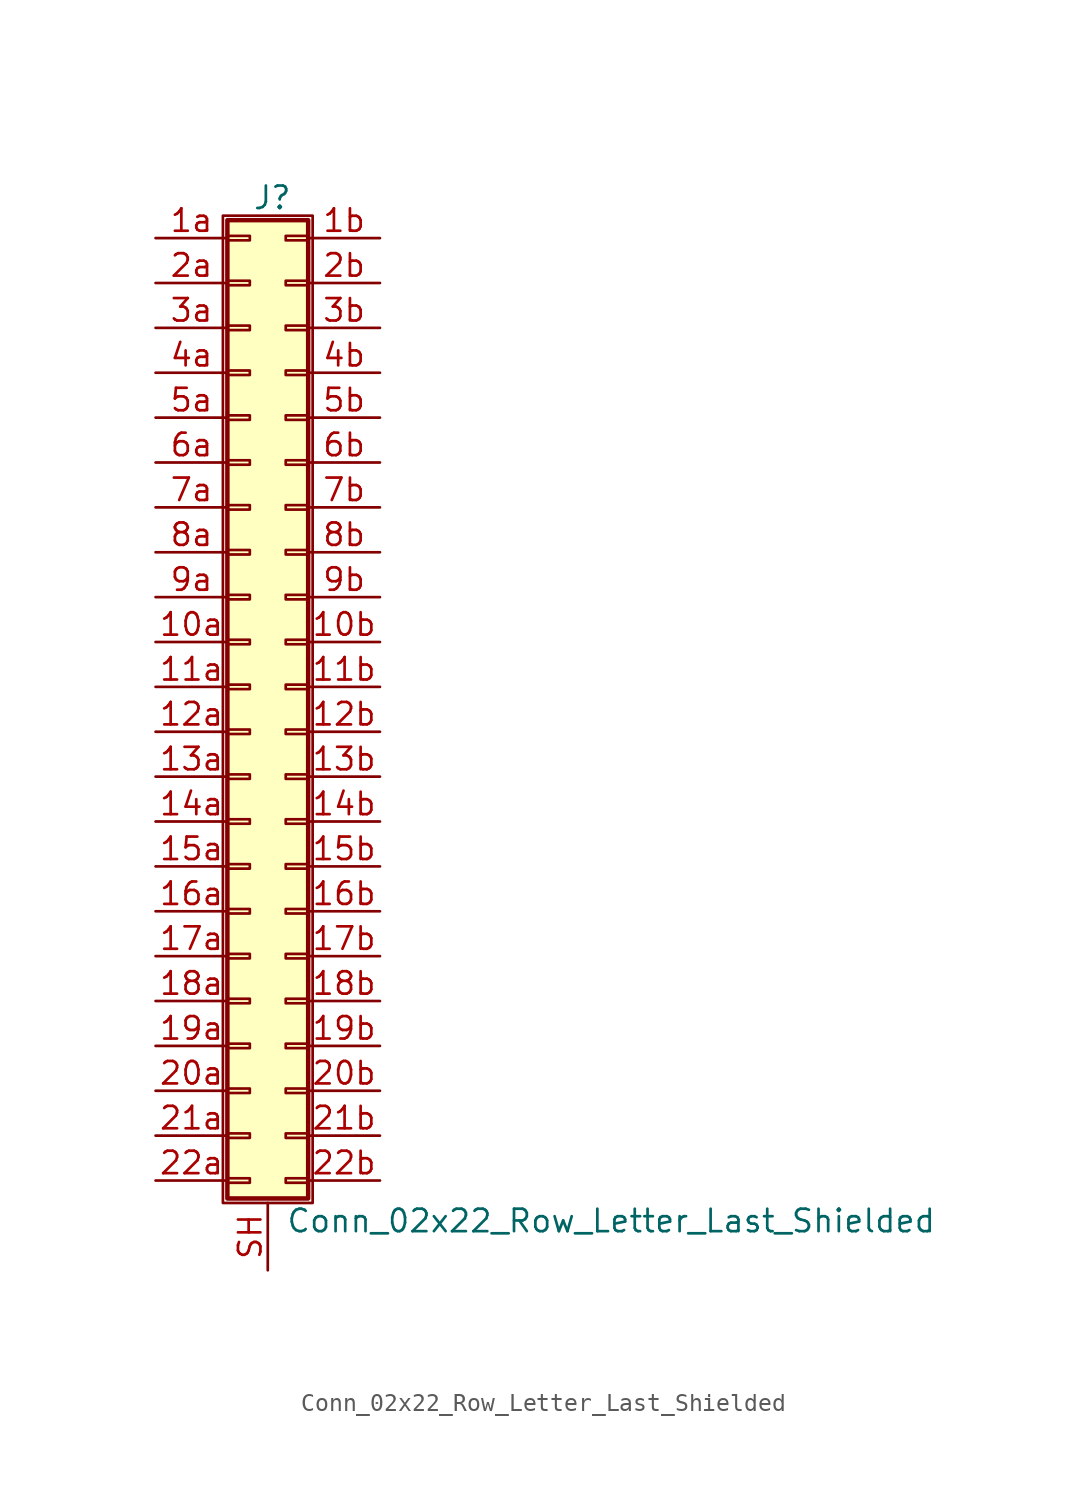
<source format=kicad_sym>
(kicad_symbol_lib
  (version 20201005)
  (generator kicad_symbol_editor)
  (symbol "Connector_Generic_Shielded:Conn_02x22_Row_Letter_Last_Shielded"
    (pin_names
      (offset 1.016) hide)
    (property "Reference" "J"
      (at 1.524 27.686 0)
      (effects (font (size 1.27 1.27))))
    (property "Value" "Conn_02x22_Row_Letter_Last_Shielded"
      (at 2.286 -30.226 0)
      (effects (font (size 1.27 1.27)) (justify left)))
    (symbol "Conn_02x22_Row_Letter_Last_Shielded_1_1"
      (rectangle (start -1.016 -27.813) (end 0.254 -28.067) (stroke (width 0.152)) (fill (type none)))
      (rectangle (start -1.016 -4.953) (end 0.254 -5.207) (stroke (width 0.152)) (fill (type none)))
      (rectangle (start -1.016 -7.493) (end 0.254 -7.747) (stroke (width 0.152)) (fill (type none)))
      (rectangle (start -1.016 -10.033) (end 0.254 -10.287) (stroke (width 0.152)) (fill (type none)))
      (rectangle (start -1.016 -12.573) (end 0.254 -12.827) (stroke (width 0.152)) (fill (type none)))
      (rectangle (start -1.016 -15.113) (end 0.254 -15.367) (stroke (width 0.152)) (fill (type none)))
      (rectangle (start -1.016 -17.653) (end 0.254 -17.907) (stroke (width 0.152)) (fill (type none)))
      (rectangle (start -1.016 -20.193) (end 0.254 -20.447) (stroke (width 0.152)) (fill (type none)))
      (rectangle (start -1.016 -22.733) (end 0.254 -22.987) (stroke (width 0.152)) (fill (type none)))
      (rectangle (start -1.016 -2.413) (end 0.254 -2.667) (stroke (width 0.152)) (fill (type none)))
      (rectangle (start -1.016 -25.273) (end 0.254 -25.527) (stroke (width 0.152)) (fill (type none)))
      (rectangle (start -1.016 25.527) (end 0.254 25.273) (stroke (width 0.152)) (fill (type none)))
      (rectangle (start -1.016 26.416) (end 3.556 -28.956) (stroke (width 0.254)) (fill (type background)))
      (rectangle (start -1.016 2.667) (end 0.254 2.413) (stroke (width 0.152)) (fill (type none)))
      (rectangle (start -1.016 5.207) (end 0.254 4.953) (stroke (width 0.152)) (fill (type none)))
      (rectangle (start -1.016 7.747) (end 0.254 7.493) (stroke (width 0.152)) (fill (type none)))
      (rectangle (start -1.016 10.287) (end 0.254 10.033) (stroke (width 0.152)) (fill (type none)))
      (rectangle (start -1.016 0.127) (end 0.254 -0.127) (stroke (width 0.152)) (fill (type none)))
      (rectangle (start -1.016 12.827) (end 0.254 12.573) (stroke (width 0.152)) (fill (type none)))
      (rectangle (start -1.016 15.367) (end 0.254 15.113) (stroke (width 0.152)) (fill (type none)))
      (rectangle (start -1.016 17.907) (end 0.254 17.653) (stroke (width 0.152)) (fill (type none)))
      (rectangle (start -1.016 20.447) (end 0.254 20.193) (stroke (width 0.152)) (fill (type none)))
      (rectangle (start -1.016 22.987) (end 0.254 22.733) (stroke (width 0.152)) (fill (type none)))
      (rectangle (start -1.27 26.67) (end 3.81 -29.21) (stroke (width 0.152)) (fill (type none)))
      (rectangle (start 3.556 -27.813) (end 2.286 -28.067) (stroke (width 0.152)) (fill (type none)))
      (rectangle (start 3.556 -4.953) (end 2.286 -5.207) (stroke (width 0.152)) (fill (type none)))
      (rectangle (start 3.556 -7.493) (end 2.286 -7.747) (stroke (width 0.152)) (fill (type none)))
      (rectangle (start 3.556 -10.033) (end 2.286 -10.287) (stroke (width 0.152)) (fill (type none)))
      (rectangle (start 3.556 -12.573) (end 2.286 -12.827) (stroke (width 0.152)) (fill (type none)))
      (rectangle (start 3.556 -15.113) (end 2.286 -15.367) (stroke (width 0.152)) (fill (type none)))
      (rectangle (start 3.556 -17.653) (end 2.286 -17.907) (stroke (width 0.152)) (fill (type none)))
      (rectangle (start 3.556 -20.193) (end 2.286 -20.447) (stroke (width 0.152)) (fill (type none)))
      (rectangle (start 3.556 -22.733) (end 2.286 -22.987) (stroke (width 0.152)) (fill (type none)))
      (rectangle (start 3.556 -2.413) (end 2.286 -2.667) (stroke (width 0.152)) (fill (type none)))
      (rectangle (start 3.556 -25.273) (end 2.286 -25.527) (stroke (width 0.152)) (fill (type none)))
      (rectangle (start 3.556 25.527) (end 2.286 25.273) (stroke (width 0.152)) (fill (type none)))
      (rectangle (start 3.556 2.667) (end 2.286 2.413) (stroke (width 0.152)) (fill (type none)))
      (rectangle (start 3.556 5.207) (end 2.286 4.953) (stroke (width 0.152)) (fill (type none)))
      (rectangle (start 3.556 7.747) (end 2.286 7.493) (stroke (width 0.152)) (fill (type none)))
      (rectangle (start 3.556 10.287) (end 2.286 10.033) (stroke (width 0.152)) (fill (type none)))
      (rectangle (start 3.556 0.127) (end 2.286 -0.127) (stroke (width 0.152)) (fill (type none)))
      (rectangle (start 3.556 12.827) (end 2.286 12.573) (stroke (width 0.152)) (fill (type none)))
      (rectangle (start 3.556 15.367) (end 2.286 15.113) (stroke (width 0.152)) (fill (type none)))
      (rectangle (start 3.556 17.907) (end 2.286 17.653) (stroke (width 0.152)) (fill (type none)))
      (rectangle (start 3.556 20.447) (end 2.286 20.193) (stroke (width 0.152)) (fill (type none)))
      (rectangle (start 3.556 22.987) (end 2.286 22.733) (stroke (width 0.152)) (fill (type none)))
      (pin passive line (at -5.08 2.54 0) (length 4.064) (name "Pin_10a" (effects (font (size 1.27 1.27)))) (number "10a" (effects (font (size 1.27 1.27)))))
      (pin passive line (at 7.62 2.54 180) (length 4.064) (name "Pin_10b" (effects (font (size 1.27 1.27)))) (number "10b" (effects (font (size 1.27 1.27)))))
      (pin passive line (at -5.08 0 0) (length 4.064) (name "Pin_11a" (effects (font (size 1.27 1.27)))) (number "11a" (effects (font (size 1.27 1.27)))))
      (pin passive line (at 7.62 0 180) (length 4.064) (name "Pin_11b" (effects (font (size 1.27 1.27)))) (number "11b" (effects (font (size 1.27 1.27)))))
      (pin passive line (at -5.08 -2.54 0) (length 4.064) (name "Pin_12a" (effects (font (size 1.27 1.27)))) (number "12a" (effects (font (size 1.27 1.27)))))
      (pin passive line (at 7.62 -2.54 180) (length 4.064) (name "Pin_12b" (effects (font (size 1.27 1.27)))) (number "12b" (effects (font (size 1.27 1.27)))))
      (pin passive line (at -5.08 -5.08 0) (length 4.064) (name "Pin_13a" (effects (font (size 1.27 1.27)))) (number "13a" (effects (font (size 1.27 1.27)))))
      (pin passive line (at 7.62 -5.08 180) (length 4.064) (name "Pin_13b" (effects (font (size 1.27 1.27)))) (number "13b" (effects (font (size 1.27 1.27)))))
      (pin passive line (at -5.08 -7.62 0) (length 4.064) (name "Pin_14a" (effects (font (size 1.27 1.27)))) (number "14a" (effects (font (size 1.27 1.27)))))
      (pin passive line (at 7.62 -7.62 180) (length 4.064) (name "Pin_14b" (effects (font (size 1.27 1.27)))) (number "14b" (effects (font (size 1.27 1.27)))))
      (pin passive line (at -5.08 -10.16 0) (length 4.064) (name "Pin_15a" (effects (font (size 1.27 1.27)))) (number "15a" (effects (font (size 1.27 1.27)))))
      (pin passive line (at 7.62 -10.16 180) (length 4.064) (name "Pin_15b" (effects (font (size 1.27 1.27)))) (number "15b" (effects (font (size 1.27 1.27)))))
      (pin passive line (at -5.08 -12.7 0) (length 4.064) (name "Pin_16a" (effects (font (size 1.27 1.27)))) (number "16a" (effects (font (size 1.27 1.27)))))
      (pin passive line (at 7.62 -12.7 180) (length 4.064) (name "Pin_16b" (effects (font (size 1.27 1.27)))) (number "16b" (effects (font (size 1.27 1.27)))))
      (pin passive line (at -5.08 -15.24 0) (length 4.064) (name "Pin_17a" (effects (font (size 1.27 1.27)))) (number "17a" (effects (font (size 1.27 1.27)))))
      (pin passive line (at 7.62 -15.24 180) (length 4.064) (name "Pin_17b" (effects (font (size 1.27 1.27)))) (number "17b" (effects (font (size 1.27 1.27)))))
      (pin passive line (at -5.08 -17.78 0) (length 4.064) (name "Pin_18a" (effects (font (size 1.27 1.27)))) (number "18a" (effects (font (size 1.27 1.27)))))
      (pin passive line (at 7.62 -17.78 180) (length 4.064) (name "Pin_18b" (effects (font (size 1.27 1.27)))) (number "18b" (effects (font (size 1.27 1.27)))))
      (pin passive line (at -5.08 -20.32 0) (length 4.064) (name "Pin_19a" (effects (font (size 1.27 1.27)))) (number "19a" (effects (font (size 1.27 1.27)))))
      (pin passive line (at 7.62 -20.32 180) (length 4.064) (name "Pin_19b" (effects (font (size 1.27 1.27)))) (number "19b" (effects (font (size 1.27 1.27)))))
      (pin passive line (at -5.08 25.4 0) (length 4.064) (name "Pin_1a" (effects (font (size 1.27 1.27)))) (number "1a" (effects (font (size 1.27 1.27)))))
      (pin passive line (at 7.62 25.4 180) (length 4.064) (name "Pin_1b" (effects (font (size 1.27 1.27)))) (number "1b" (effects (font (size 1.27 1.27)))))
      (pin passive line (at -5.08 -22.86 0) (length 4.064) (name "Pin_20a" (effects (font (size 1.27 1.27)))) (number "20a" (effects (font (size 1.27 1.27)))))
      (pin passive line (at 7.62 -22.86 180) (length 4.064) (name "Pin_20b" (effects (font (size 1.27 1.27)))) (number "20b" (effects (font (size 1.27 1.27)))))
      (pin passive line (at -5.08 -25.4 0) (length 4.064) (name "Pin_21a" (effects (font (size 1.27 1.27)))) (number "21a" (effects (font (size 1.27 1.27)))))
      (pin passive line (at 7.62 -25.4 180) (length 4.064) (name "Pin_21b" (effects (font (size 1.27 1.27)))) (number "21b" (effects (font (size 1.27 1.27)))))
      (pin passive line (at -5.08 -27.94 0) (length 4.064) (name "Pin_22a" (effects (font (size 1.27 1.27)))) (number "22a" (effects (font (size 1.27 1.27)))))
      (pin passive line (at 7.62 -27.94 180) (length 4.064) (name "Pin_22b" (effects (font (size 1.27 1.27)))) (number "22b" (effects (font (size 1.27 1.27)))))
      (pin passive line (at -5.08 22.86 0) (length 4.064) (name "Pin_2a" (effects (font (size 1.27 1.27)))) (number "2a" (effects (font (size 1.27 1.27)))))
      (pin passive line (at 7.62 22.86 180) (length 4.064) (name "Pin_2b" (effects (font (size 1.27 1.27)))) (number "2b" (effects (font (size 1.27 1.27)))))
      (pin passive line (at -5.08 20.32 0) (length 4.064) (name "Pin_3a" (effects (font (size 1.27 1.27)))) (number "3a" (effects (font (size 1.27 1.27)))))
      (pin passive line (at 7.62 20.32 180) (length 4.064) (name "Pin_3b" (effects (font (size 1.27 1.27)))) (number "3b" (effects (font (size 1.27 1.27)))))
      (pin passive line (at -5.08 17.78 0) (length 4.064) (name "Pin_4a" (effects (font (size 1.27 1.27)))) (number "4a" (effects (font (size 1.27 1.27)))))
      (pin passive line (at 7.62 17.78 180) (length 4.064) (name "Pin_4b" (effects (font (size 1.27 1.27)))) (number "4b" (effects (font (size 1.27 1.27)))))
      (pin passive line (at -5.08 15.24 0) (length 4.064) (name "Pin_5a" (effects (font (size 1.27 1.27)))) (number "5a" (effects (font (size 1.27 1.27)))))
      (pin passive line (at 7.62 15.24 180) (length 4.064) (name "Pin_5b" (effects (font (size 1.27 1.27)))) (number "5b" (effects (font (size 1.27 1.27)))))
      (pin passive line (at -5.08 12.7 0) (length 4.064) (name "Pin_6a" (effects (font (size 1.27 1.27)))) (number "6a" (effects (font (size 1.27 1.27)))))
      (pin passive line (at 7.62 12.7 180) (length 4.064) (name "Pin_6b" (effects (font (size 1.27 1.27)))) (number "6b" (effects (font (size 1.27 1.27)))))
      (pin passive line (at -5.08 10.16 0) (length 4.064) (name "Pin_7a" (effects (font (size 1.27 1.27)))) (number "7a" (effects (font (size 1.27 1.27)))))
      (pin passive line (at 7.62 10.16 180) (length 4.064) (name "Pin_7b" (effects (font (size 1.27 1.27)))) (number "7b" (effects (font (size 1.27 1.27)))))
      (pin passive line (at -5.08 7.62 0) (length 4.064) (name "Pin_8a" (effects (font (size 1.27 1.27)))) (number "8a" (effects (font (size 1.27 1.27)))))
      (pin passive line (at 7.62 7.62 180) (length 4.064) (name "Pin_8b" (effects (font (size 1.27 1.27)))) (number "8b" (effects (font (size 1.27 1.27)))))
      (pin passive line (at -5.08 5.08 0) (length 4.064) (name "Pin_9a" (effects (font (size 1.27 1.27)))) (number "9a" (effects (font (size 1.27 1.27)))))
      (pin passive line (at 7.62 5.08 180) (length 4.064) (name "Pin_9b" (effects (font (size 1.27 1.27)))) (number "9b" (effects (font (size 1.27 1.27)))))
      (pin passive line (at 1.27 -33.02 90) (length 3.81) (name "Shield" (effects (font (size 1.27 1.27)))) (number "SH" (effects (font (size 1.27 1.27))))))))
</source>
